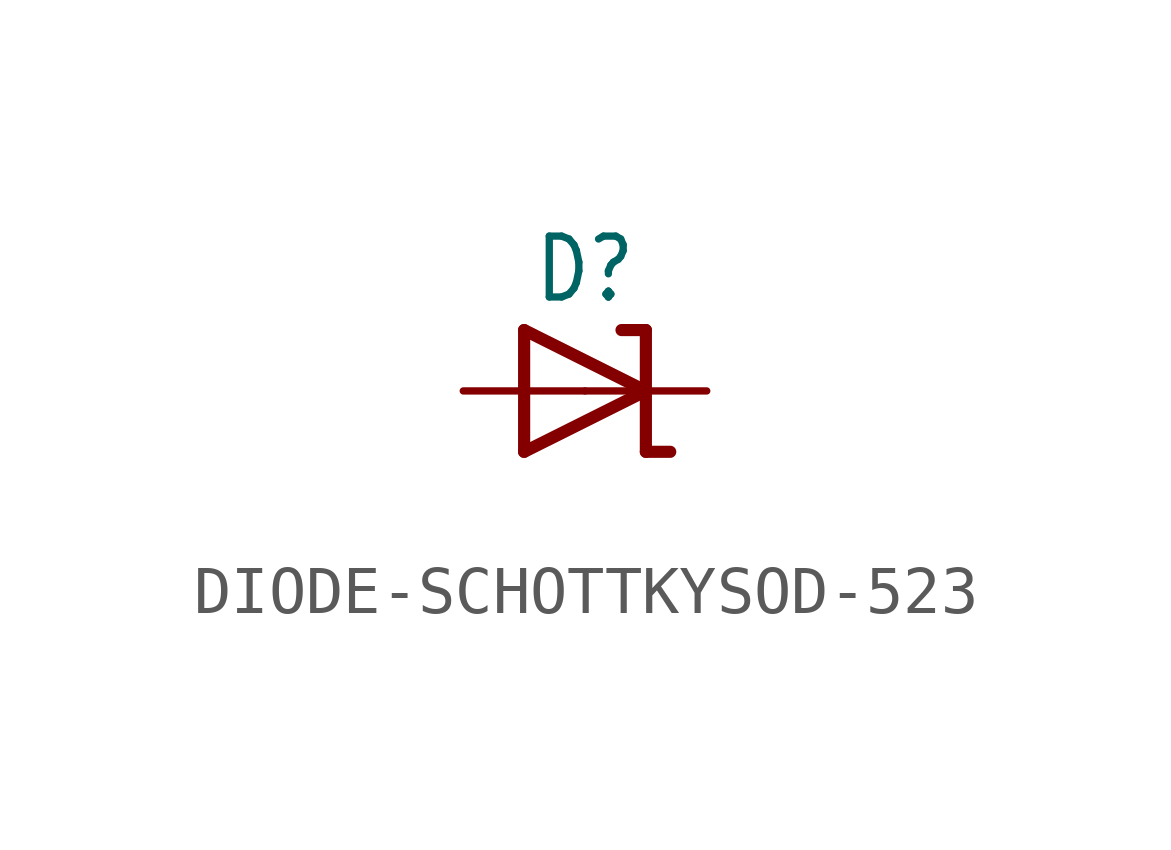
<source format=kicad_sym>
(kicad_symbol_lib
  (version 20241209)
  (generator "kicad_symbol_editor")
  (generator_version "9.0")
  (symbol "DIODE-SCHOTTKYSOD-523"
    (property "Reference" "D"
      (at 0 2.54 0)
      (effects (font (size 1.27 1.079))))
    (property "Value" ""
      (at 0 -2.5 0)
      (effects (font (size 1.27 1.079))))
    (property "ki_locked" ""
      (at 0 0 0)
      (effects (font (size 1.27 1.27))))
    (symbol "DIODE-SCHOTTKYSOD-523_1_0"
      (polyline (pts (xy -1.27 1.27) (xy -1.27 -1.27)) (stroke (width 0.254) (type solid)) (fill (type none)))
      (polyline (pts (xy -1.27 -1.27) (xy 1.27 0)) (stroke (width 0.254) (type solid)) (fill (type none)))
      (polyline (pts (xy 1.27 1.27) (xy 0.762 1.27)) (stroke (width 0.254) (type solid)) (fill (type none)))
      (polyline (pts (xy 1.27 1.27) (xy 1.27 0)) (stroke (width 0.254) (type solid)) (fill (type none)))
      (polyline (pts (xy 1.27 0) (xy -1.27 1.27)) (stroke (width 0.254) (type solid)) (fill (type none)))
      (polyline (pts (xy 1.27 0) (xy 1.27 -1.27)) (stroke (width 0.254) (type solid)) (fill (type none)))
      (polyline (pts (xy 1.27 -1.27) (xy 1.778 -1.27)) (stroke (width 0.254) (type solid)) (fill (type none)))
      (pin passive line (at -2.54 0 0) (length 2.54) (name "A" (effects (font (size 0 0)))) (number "A" (effects (font (size 0 0)))))
      (pin passive line (at 2.54 0 180) (length 2.54) (name "C" (effects (font (size 0 0)))) (number "K" (effects (font (size 0 0))))))))
</source>
